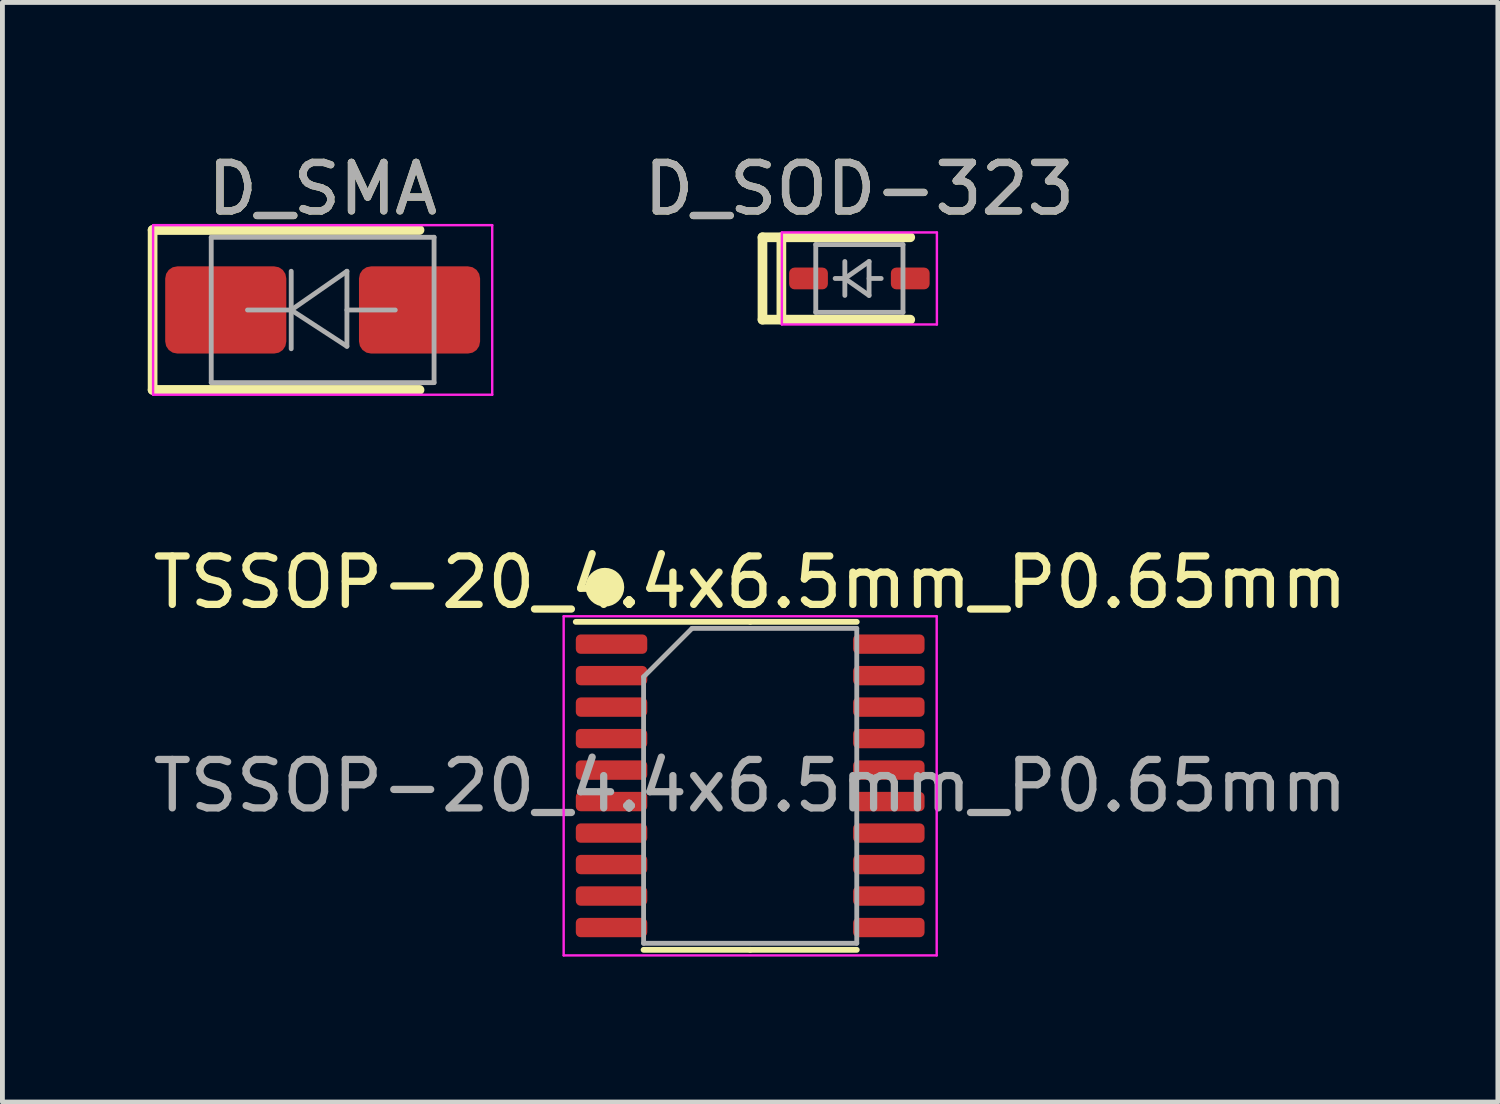
<source format=kicad_pcb>
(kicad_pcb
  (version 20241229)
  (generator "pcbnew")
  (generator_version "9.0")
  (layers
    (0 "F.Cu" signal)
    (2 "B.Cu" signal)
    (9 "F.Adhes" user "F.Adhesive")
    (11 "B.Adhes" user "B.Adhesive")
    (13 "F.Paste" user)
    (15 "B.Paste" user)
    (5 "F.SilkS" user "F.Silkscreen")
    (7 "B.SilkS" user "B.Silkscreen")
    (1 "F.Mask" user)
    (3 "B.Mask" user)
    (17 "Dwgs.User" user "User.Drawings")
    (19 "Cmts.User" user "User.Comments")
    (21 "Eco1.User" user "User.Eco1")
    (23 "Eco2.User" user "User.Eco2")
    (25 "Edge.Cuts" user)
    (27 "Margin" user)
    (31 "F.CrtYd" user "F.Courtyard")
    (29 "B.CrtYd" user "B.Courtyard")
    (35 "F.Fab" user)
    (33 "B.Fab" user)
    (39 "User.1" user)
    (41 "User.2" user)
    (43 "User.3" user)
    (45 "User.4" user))
  (footprint "D_SOD-323"
    (layer "F.Cu")
    (at 14.689 2.698)
    (property "Reference" "D_SOD-323" (at 0 -1.85 0) (layer "F.SilkS") (effects (font (size 1 1) (thickness 0.15))))
    (attr smd)
    (fp_line (start -2 -0.85) (end -2 0.85) (stroke (width 0.2) (type solid)) (layer "F.SilkS"))
    (fp_line (start -2 -0.85) (end 1.05 -0.85) (stroke (width 0.2) (type solid)) (layer "F.SilkS"))
    (fp_line (start -2 0.85) (end 1.05 0.85) (stroke (width 0.2) (type solid)) (layer "F.SilkS"))
    (fp_line (start -1.61 -0.85) (end -1.61 0.85) (stroke (width 0.2) (type solid)) (layer "F.SilkS"))
    (fp_line (start -1.6 -0.95) (end -1.6 0.95) (stroke (width 0.05) (type solid)) (layer "F.CrtYd"))
    (fp_line (start -1.6 -0.95) (end 1.6 -0.95) (stroke (width 0.05) (type solid)) (layer "F.CrtYd"))
    (fp_line (start -1.6 0.95) (end 1.6 0.95) (stroke (width 0.05) (type solid)) (layer "F.CrtYd"))
    (fp_line (start 1.6 -0.95) (end 1.6 0.95) (stroke (width 0.05) (type solid)) (layer "F.CrtYd"))
    (fp_line (start -0.9 -0.7) (end 0.9 -0.7) (stroke (width 0.1) (type solid)) (layer "F.Fab"))
    (fp_line (start -0.9 0.7) (end -0.9 -0.7) (stroke (width 0.1) (type solid)) (layer "F.Fab"))
    (fp_line (start -0.3 -0.35) (end -0.3 0.35) (stroke (width 0.1) (type solid)) (layer "F.Fab"))
    (fp_line (start -0.3 0) (end -0.5 0) (stroke (width 0.1) (type solid)) (layer "F.Fab"))
    (fp_line (start -0.3 0) (end 0.2 -0.35) (stroke (width 0.1) (type solid)) (layer "F.Fab"))
    (fp_line (start 0.2 -0.35) (end 0.2 0.35) (stroke (width 0.1) (type solid)) (layer "F.Fab"))
    (fp_line (start 0.2 0) (end 0.45 0) (stroke (width 0.1) (type solid)) (layer "F.Fab"))
    (fp_line (start 0.2 0.35) (end -0.3 0) (stroke (width 0.1) (type solid)) (layer "F.Fab"))
    (fp_line (start 0.9 -0.7) (end 0.9 0.7) (stroke (width 0.1) (type solid)) (layer "F.Fab"))
    (fp_line (start 0.9 0.7) (end -0.9 0.7) (stroke (width 0.1) (type solid)) (layer "F.Fab"))
    (fp_text user "${REFERENCE}" (at 0 -1.85 0) (layer "F.Fab") (effects (font (size 1 1) (thickness 0.15))))
    (pad "1" smd roundrect (at -1.05 0) (size 0.8 0.45) (layers "F.Cu" "F.Mask" "F.Paste") (roundrect_rratio 0.25))
    (pad "2" smd roundrect (at 1.05 0) (size 0.8 0.45) (layers "F.Cu" "F.Mask" "F.Paste") (roundrect_rratio 0.25)))
  (footprint "TSSOP-20_4.4x6.5mm_P0.65mm"
    (layer "F.Cu")
    (at 12.435 13.171)
    (property "Reference" "TSSOP-20_4.4x6.5mm_P0.65mm" (at 0 -4.2 0) (layer "F.SilkS") (effects (font (size 1 1) (thickness 0.15))))
    (attr smd)
    (fp_line (start 0 -3.385) (end -3.6 -3.385) (stroke (width 0.12) (type solid)) (layer "F.SilkS"))
    (fp_line (start 0 -3.385) (end 2.2 -3.385) (stroke (width 0.12) (type solid)) (layer "F.SilkS"))
    (fp_line (start 0 3.385) (end -2.2 3.385) (stroke (width 0.12) (type solid)) (layer "F.SilkS"))
    (fp_line (start 0 3.385) (end 2.2 3.385) (stroke (width 0.12) (type solid)) (layer "F.SilkS"))
    (fp_circle (center -3 -4.1) (end -2.8 -4.1) (stroke (width 0.4) (type solid)) (fill no) (layer "F.SilkS"))
    (fp_line (start -3.85 -3.5) (end -3.85 3.5) (stroke (width 0.05) (type solid)) (layer "F.CrtYd"))
    (fp_line (start -3.85 3.5) (end 3.85 3.5) (stroke (width 0.05) (type solid)) (layer "F.CrtYd"))
    (fp_line (start 3.85 -3.5) (end -3.85 -3.5) (stroke (width 0.05) (type solid)) (layer "F.CrtYd"))
    (fp_line (start 3.85 3.5) (end 3.85 -3.5) (stroke (width 0.05) (type solid)) (layer "F.CrtYd"))
    (fp_line (start -2.2 -2.25) (end -1.2 -3.25) (stroke (width 0.1) (type solid)) (layer "F.Fab"))
    (fp_line (start -2.2 3.25) (end -2.2 -2.25) (stroke (width 0.1) (type solid)) (layer "F.Fab"))
    (fp_line (start -1.2 -3.25) (end 2.2 -3.25) (stroke (width 0.1) (type solid)) (layer "F.Fab"))
    (fp_line (start 2.2 -3.25) (end 2.2 3.25) (stroke (width 0.1) (type solid)) (layer "F.Fab"))
    (fp_line (start 2.2 3.25) (end -2.2 3.25) (stroke (width 0.1) (type solid)) (layer "F.Fab"))
    (fp_text user "${REFERENCE}" (at 0 0 0) (layer "F.Fab") (effects (font (size 1 1) (thickness 0.15))))
    (pad "1" smd roundrect (at -2.862 -2.925) (size 1.475 0.4) (layers "F.Cu" "F.Mask" "F.Paste") (roundrect_rratio 0.25))
    (pad "2" smd roundrect (at -2.862 -2.275) (size 1.475 0.4) (layers "F.Cu" "F.Mask" "F.Paste") (roundrect_rratio 0.25))
    (pad "3" smd roundrect (at -2.862 -1.625) (size 1.475 0.4) (layers "F.Cu" "F.Mask" "F.Paste") (roundrect_rratio 0.25))
    (pad "4" smd roundrect (at -2.862 -0.975) (size 1.475 0.4) (layers "F.Cu" "F.Mask" "F.Paste") (roundrect_rratio 0.25))
    (pad "5" smd roundrect (at -2.862 -0.325) (size 1.475 0.4) (layers "F.Cu" "F.Mask" "F.Paste") (roundrect_rratio 0.25))
    (pad "6" smd roundrect (at -2.862 0.325) (size 1.475 0.4) (layers "F.Cu" "F.Mask" "F.Paste") (roundrect_rratio 0.25))
    (pad "7" smd roundrect (at -2.862 0.975) (size 1.475 0.4) (layers "F.Cu" "F.Mask" "F.Paste") (roundrect_rratio 0.25))
    (pad "8" smd roundrect (at -2.862 1.625) (size 1.475 0.4) (layers "F.Cu" "F.Mask" "F.Paste") (roundrect_rratio 0.25))
    (pad "9" smd roundrect (at -2.862 2.275) (size 1.475 0.4) (layers "F.Cu" "F.Mask" "F.Paste") (roundrect_rratio 0.25))
    (pad "10" smd roundrect (at -2.862 2.925) (size 1.475 0.4) (layers "F.Cu" "F.Mask" "F.Paste") (roundrect_rratio 0.25))
    (pad "11" smd roundrect (at 2.862 2.925) (size 1.475 0.4) (layers "F.Cu" "F.Mask" "F.Paste") (roundrect_rratio 0.25))
    (pad "12" smd roundrect (at 2.862 2.275) (size 1.475 0.4) (layers "F.Cu" "F.Mask" "F.Paste") (roundrect_rratio 0.25))
    (pad "13" smd roundrect (at 2.862 1.625) (size 1.475 0.4) (layers "F.Cu" "F.Mask" "F.Paste") (roundrect_rratio 0.25))
    (pad "14" smd roundrect (at 2.862 0.975) (size 1.475 0.4) (layers "F.Cu" "F.Mask" "F.Paste") (roundrect_rratio 0.25))
    (pad "15" smd roundrect (at 2.862 0.325) (size 1.475 0.4) (layers "F.Cu" "F.Mask" "F.Paste") (roundrect_rratio 0.25))
    (pad "16" smd roundrect (at 2.862 -0.325) (size 1.475 0.4) (layers "F.Cu" "F.Mask" "F.Paste") (roundrect_rratio 0.25))
    (pad "17" smd roundrect (at 2.862 -0.975) (size 1.475 0.4) (layers "F.Cu" "F.Mask" "F.Paste") (roundrect_rratio 0.25))
    (pad "18" smd roundrect (at 2.862 -1.625) (size 1.475 0.4) (layers "F.Cu" "F.Mask" "F.Paste") (roundrect_rratio 0.25))
    (pad "19" smd roundrect (at 2.862 -2.275) (size 1.475 0.4) (layers "F.Cu" "F.Mask" "F.Paste") (roundrect_rratio 0.25))
    (pad "20" smd roundrect (at 2.862 -2.925) (size 1.475 0.4) (layers "F.Cu" "F.Mask" "F.Paste") (roundrect_rratio 0.25)))
  (footprint "D_SMA"
    (layer "F.Cu")
    (at 3.61 3.348)
    (property "Reference" "D_SMA" (at 0 -2.5 0) (layer "F.SilkS") (effects (font (size 1 1) (thickness 0.15))))
    (attr smd)
    (fp_line (start -3.51 -1.65) (end -3.51 1.65) (stroke (width 0.2) (type solid)) (layer "F.SilkS"))
    (fp_line (start -3.51 -1.65) (end 2 -1.65) (stroke (width 0.2) (type solid)) (layer "F.SilkS"))
    (fp_line (start -3.51 1.65) (end 2 1.65) (stroke (width 0.2) (type solid)) (layer "F.SilkS"))
    (fp_line (start -3.5 -1.75) (end 3.5 -1.75) (stroke (width 0.05) (type solid)) (layer "F.CrtYd"))
    (fp_line (start -3.5 1.75) (end -3.5 -1.75) (stroke (width 0.05) (type solid)) (layer "F.CrtYd"))
    (fp_line (start 3.5 -1.75) (end 3.5 1.75) (stroke (width 0.05) (type solid)) (layer "F.CrtYd"))
    (fp_line (start 3.5 1.75) (end -3.5 1.75) (stroke (width 0.05) (type solid)) (layer "F.CrtYd"))
    (fp_line (start -2.3 1.5) (end -2.3 -1.5) (stroke (width 0.1) (type solid)) (layer "F.Fab"))
    (fp_line (start -0.649 -0.799) (end -0.649 0.801) (stroke (width 0.1) (type solid)) (layer "F.Fab"))
    (fp_line (start -0.649 0.001) (end -1.551 0.001) (stroke (width 0.1) (type solid)) (layer "F.Fab"))
    (fp_line (start -0.649 0.001) (end 0.501 -0.799) (stroke (width 0.1) (type solid)) (layer "F.Fab"))
    (fp_line (start -0.649 0.001) (end 0.501 0.75) (stroke (width 0.1) (type solid)) (layer "F.Fab"))
    (fp_line (start 0.501 0.001) (end 1.499 0.001) (stroke (width 0.1) (type solid)) (layer "F.Fab"))
    (fp_line (start 0.501 0.75) (end 0.501 -0.799) (stroke (width 0.1) (type solid)) (layer "F.Fab"))
    (fp_line (start 2.3 -1.5) (end -2.3 -1.5) (stroke (width 0.1) (type solid)) (layer "F.Fab"))
    (fp_line (start 2.3 -1.5) (end 2.3 1.5) (stroke (width 0.1) (type solid)) (layer "F.Fab"))
    (fp_line (start 2.3 1.5) (end -2.3 1.5) (stroke (width 0.1) (type solid)) (layer "F.Fab"))
    (fp_text user "${REFERENCE}" (at 0 -2.5 0) (layer "F.Fab") (effects (font (size 1 1) (thickness 0.15))))
    (pad "1" smd roundrect (at -2 0) (size 2.5 1.8) (layers "F.Cu" "F.Mask" "F.Paste") (roundrect_rratio 0.139))
    (pad "2" smd roundrect (at 2 0) (size 2.5 1.8) (layers "F.Cu" "F.Mask" "F.Paste") (roundrect_rratio 0.139)))
  (gr_rect
    (start -3 -3)
    (end 27.869 19.697)
    (stroke (width 0.1) (type default))
    (fill no)
    (layer "Edge.Cuts")))
</source>
